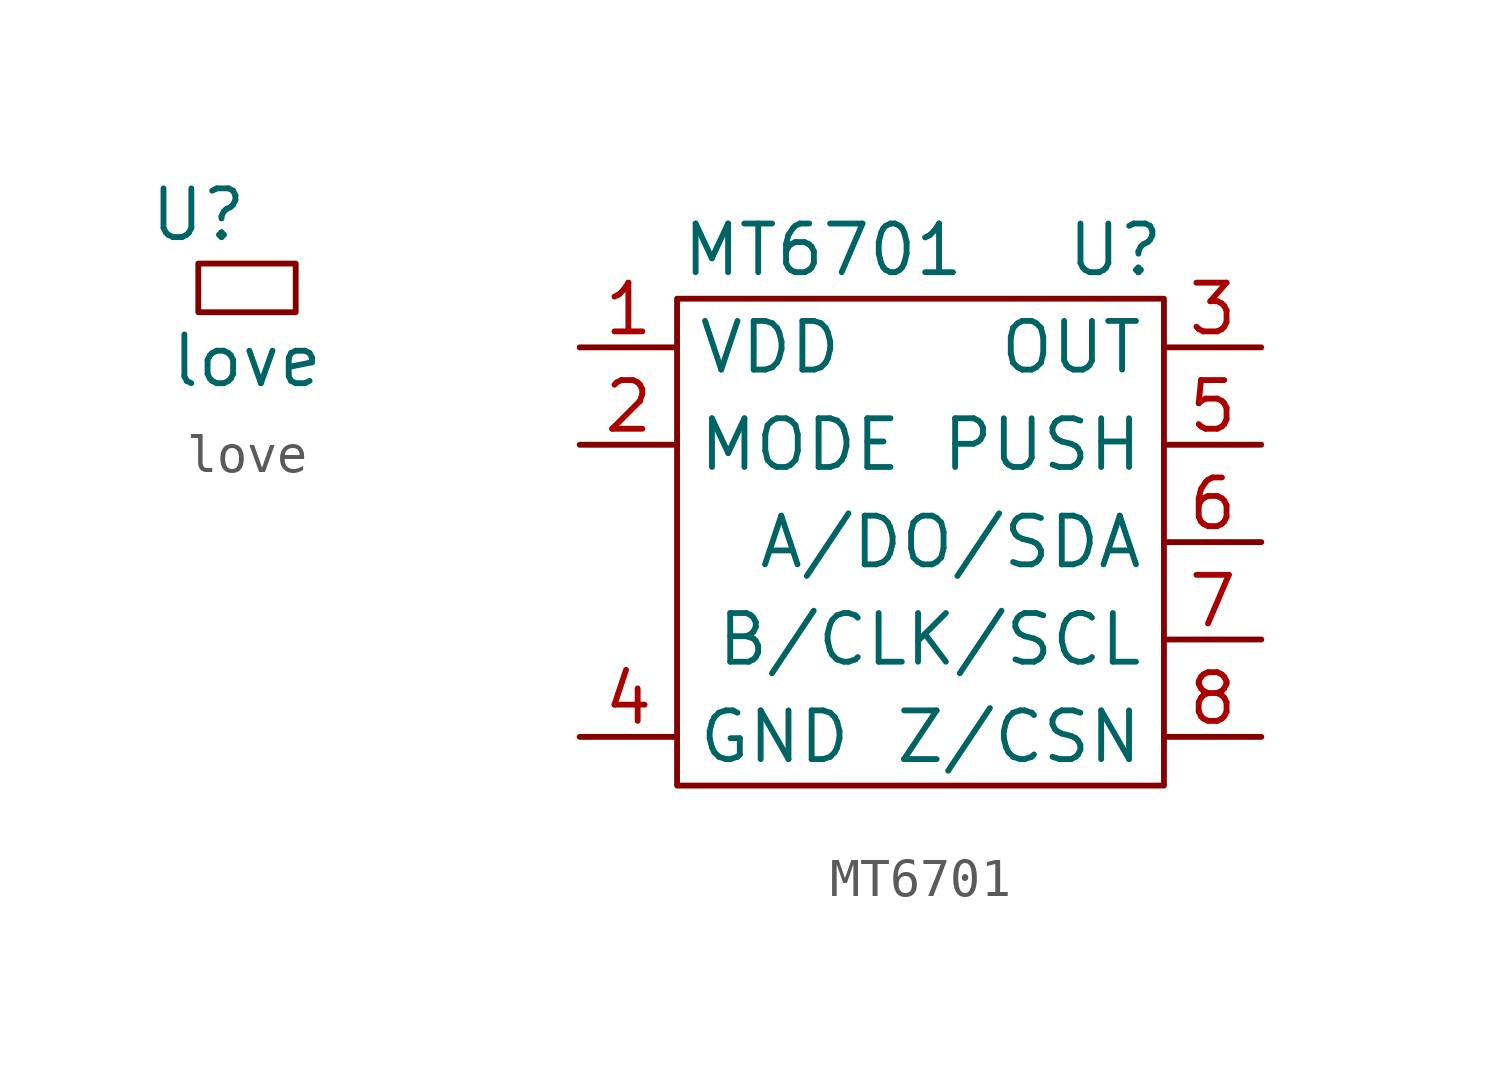
<source format=kicad_sym>
(kicad_symbol_lib
  (version 20211014)
  (generator kicad_symbol_editor)
  (symbol "love"
    (property "Reference" "U"
      (at -1.27 2.54 0)
      (effects (font (size 1.27 1.27))))
    (property "Value" "love"
      (at 0 -1.27 0)
      (effects (font (size 1.27 1.27))))
    (symbol "love_0_1"
      (rectangle (start -1.27 1.27) (end 1.27 0) (stroke (width 0.152) (type default) (color 0 0 0 0)) (fill (type none)))))
  (symbol "MT6701"
    (property "Reference" "U"
      (at 3.81 7.62 0)
      (effects (font (size 1.27 1.27))))
    (property "Value" "MT6701"
      (at -3.81 7.62 0)
      (effects (font (size 1.27 1.27))))
    (symbol "MT6701_0_0"
      (pin power_in line (at -10.16 5.08 0) (length 2.54) (name "VDD" (effects (font (size 1.27 1.27)))) (number "1" (effects (font (size 1.27 1.27)))))
      (pin input line (at -10.16 2.54 0) (length 2.54) (name "MODE" (effects (font (size 1.27 1.27)))) (number "2" (effects (font (size 1.27 1.27)))))
      (pin output line (at 7.62 5.08 180) (length 2.54) (name "OUT" (effects (font (size 1.27 1.27)))) (number "3" (effects (font (size 1.27 1.27)))))
      (pin power_in line (at -10.16 -5.08 0) (length 2.54) (name "GND" (effects (font (size 1.27 1.27)))) (number "4" (effects (font (size 1.27 1.27)))))
      (pin output line (at 7.62 2.54 180) (length 2.54) (name "PUSH" (effects (font (size 1.27 1.27)))) (number "5" (effects (font (size 1.27 1.27)))))
      (pin output line (at 7.62 0 180) (length 2.54) (name "A/DO/SDA" (effects (font (size 1.27 1.27)))) (number "6" (effects (font (size 1.27 1.27)))))
      (pin output line (at 7.62 -2.54 180) (length 2.54) (name "B/CLK/SCL" (effects (font (size 1.27 1.27)))) (number "7" (effects (font (size 1.27 1.27)))))
      (pin output line (at 7.62 -5.08 180) (length 2.54) (name "Z/CSN" (effects (font (size 1.27 1.27)))) (number "8" (effects (font (size 1.27 1.27))))))
    (symbol "MT6701_0_1"
      (rectangle (start -7.62 6.35) (end 5.08 -6.35) (stroke (width 0.152) (type default) (color 0 0 0 0)) (fill (type none))))))
</source>
